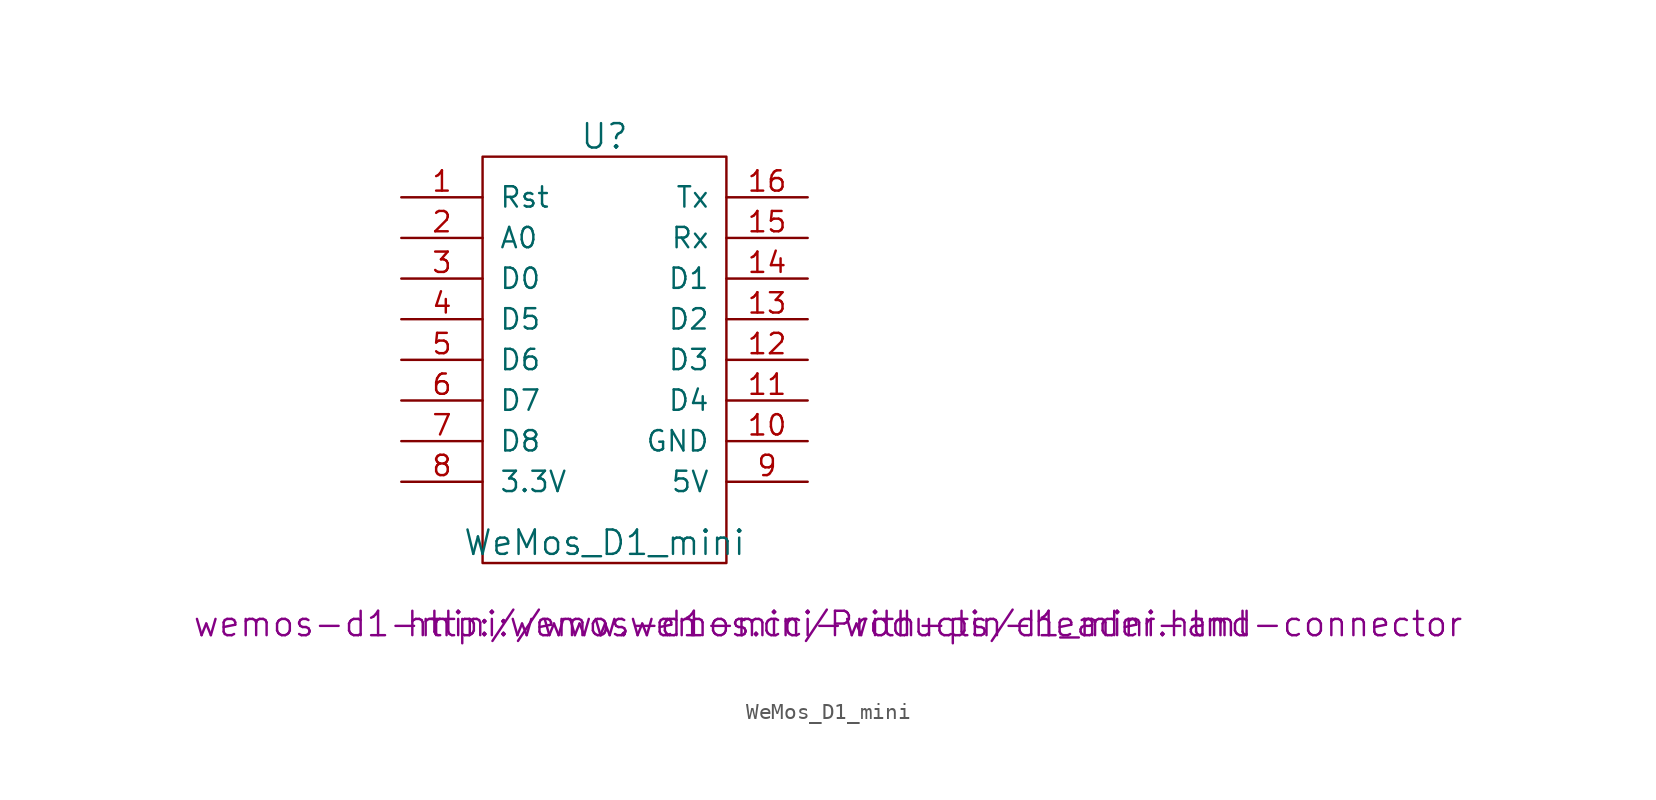
<source format=kicad_sym>
(kicad_symbol_lib
  (version 20220914)
  (generator kicad_symbol_editor)
  (symbol "WeMos_D1_mini"
    (pin_names
      (offset 1.016))
    (property "Reference" "U"
      (at 0 12.7 0)
      (effects (font (size 1.524 1.524))))
    (property "Value" "WeMos_D1_mini"
      (at 0 -12.7 0)
      (effects (font (size 1.524 1.524))))
    (property "Footprint" "wemos-d1-mini:wemos-d1-mini-with-pin-header-and-connector"
      (at 13.97 -17.78 0)
      (effects (font (size 1.524 1.524))))
    (property "Datasheet" "http://www.wemos.cc/Products/d1_mini.html"
      (at 13.97 -17.78 0)
      (effects (font (size 1.524 1.524))))
    (symbol "WeMos_D1_mini_0_1"
      (rectangle (start -7.62 11.43) (end 7.62 -13.97) (stroke (width 0) (type solid)) (fill (type none))))
    (symbol "WeMos_D1_mini_1_1"
      (pin bidirectional line (at -12.7 8.89 0) (length 5.08) (name "Rst" (effects (font (size 1.27 1.27)))) (number "1" (effects (font (size 1.27 1.27)))))
      (pin power_in line (at 12.7 -6.35 180) (length 5.08) (name "GND" (effects (font (size 1.27 1.27)))) (number "10" (effects (font (size 1.27 1.27)))))
      (pin bidirectional line (at 12.7 -3.81 180) (length 5.08) (name "D4" (effects (font (size 1.27 1.27)))) (number "11" (effects (font (size 1.27 1.27)))))
      (pin bidirectional line (at 12.7 -1.27 180) (length 5.08) (name "D3" (effects (font (size 1.27 1.27)))) (number "12" (effects (font (size 1.27 1.27)))))
      (pin bidirectional line (at 12.7 1.27 180) (length 5.08) (name "D2" (effects (font (size 1.27 1.27)))) (number "13" (effects (font (size 1.27 1.27)))))
      (pin bidirectional line (at 12.7 3.81 180) (length 5.08) (name "D1" (effects (font (size 1.27 1.27)))) (number "14" (effects (font (size 1.27 1.27)))))
      (pin bidirectional line (at 12.7 6.35 180) (length 5.08) (name "Rx" (effects (font (size 1.27 1.27)))) (number "15" (effects (font (size 1.27 1.27)))))
      (pin bidirectional line (at 12.7 8.89 180) (length 5.08) (name "Tx" (effects (font (size 1.27 1.27)))) (number "16" (effects (font (size 1.27 1.27)))))
      (pin bidirectional line (at -12.7 6.35 0) (length 5.08) (name "A0" (effects (font (size 1.27 1.27)))) (number "2" (effects (font (size 1.27 1.27)))))
      (pin bidirectional line (at -12.7 3.81 0) (length 5.08) (name "D0" (effects (font (size 1.27 1.27)))) (number "3" (effects (font (size 1.27 1.27)))))
      (pin bidirectional line (at -12.7 1.27 0) (length 5.08) (name "D5" (effects (font (size 1.27 1.27)))) (number "4" (effects (font (size 1.27 1.27)))))
      (pin bidirectional line (at -12.7 -1.27 0) (length 5.08) (name "D6" (effects (font (size 1.27 1.27)))) (number "5" (effects (font (size 1.27 1.27)))))
      (pin bidirectional line (at -12.7 -3.81 0) (length 5.08) (name "D7" (effects (font (size 1.27 1.27)))) (number "6" (effects (font (size 1.27 1.27)))))
      (pin bidirectional line (at -12.7 -6.35 0) (length 5.08) (name "D8" (effects (font (size 1.27 1.27)))) (number "7" (effects (font (size 1.27 1.27)))))
      (pin power_out line (at -12.7 -8.89 0) (length 5.08) (name "3.3V" (effects (font (size 1.27 1.27)))) (number "8" (effects (font (size 1.27 1.27)))))
      (pin power_in line (at 12.7 -8.89 180) (length 5.08) (name "5V" (effects (font (size 1.27 1.27)))) (number "9" (effects (font (size 1.27 1.27))))))))
</source>
